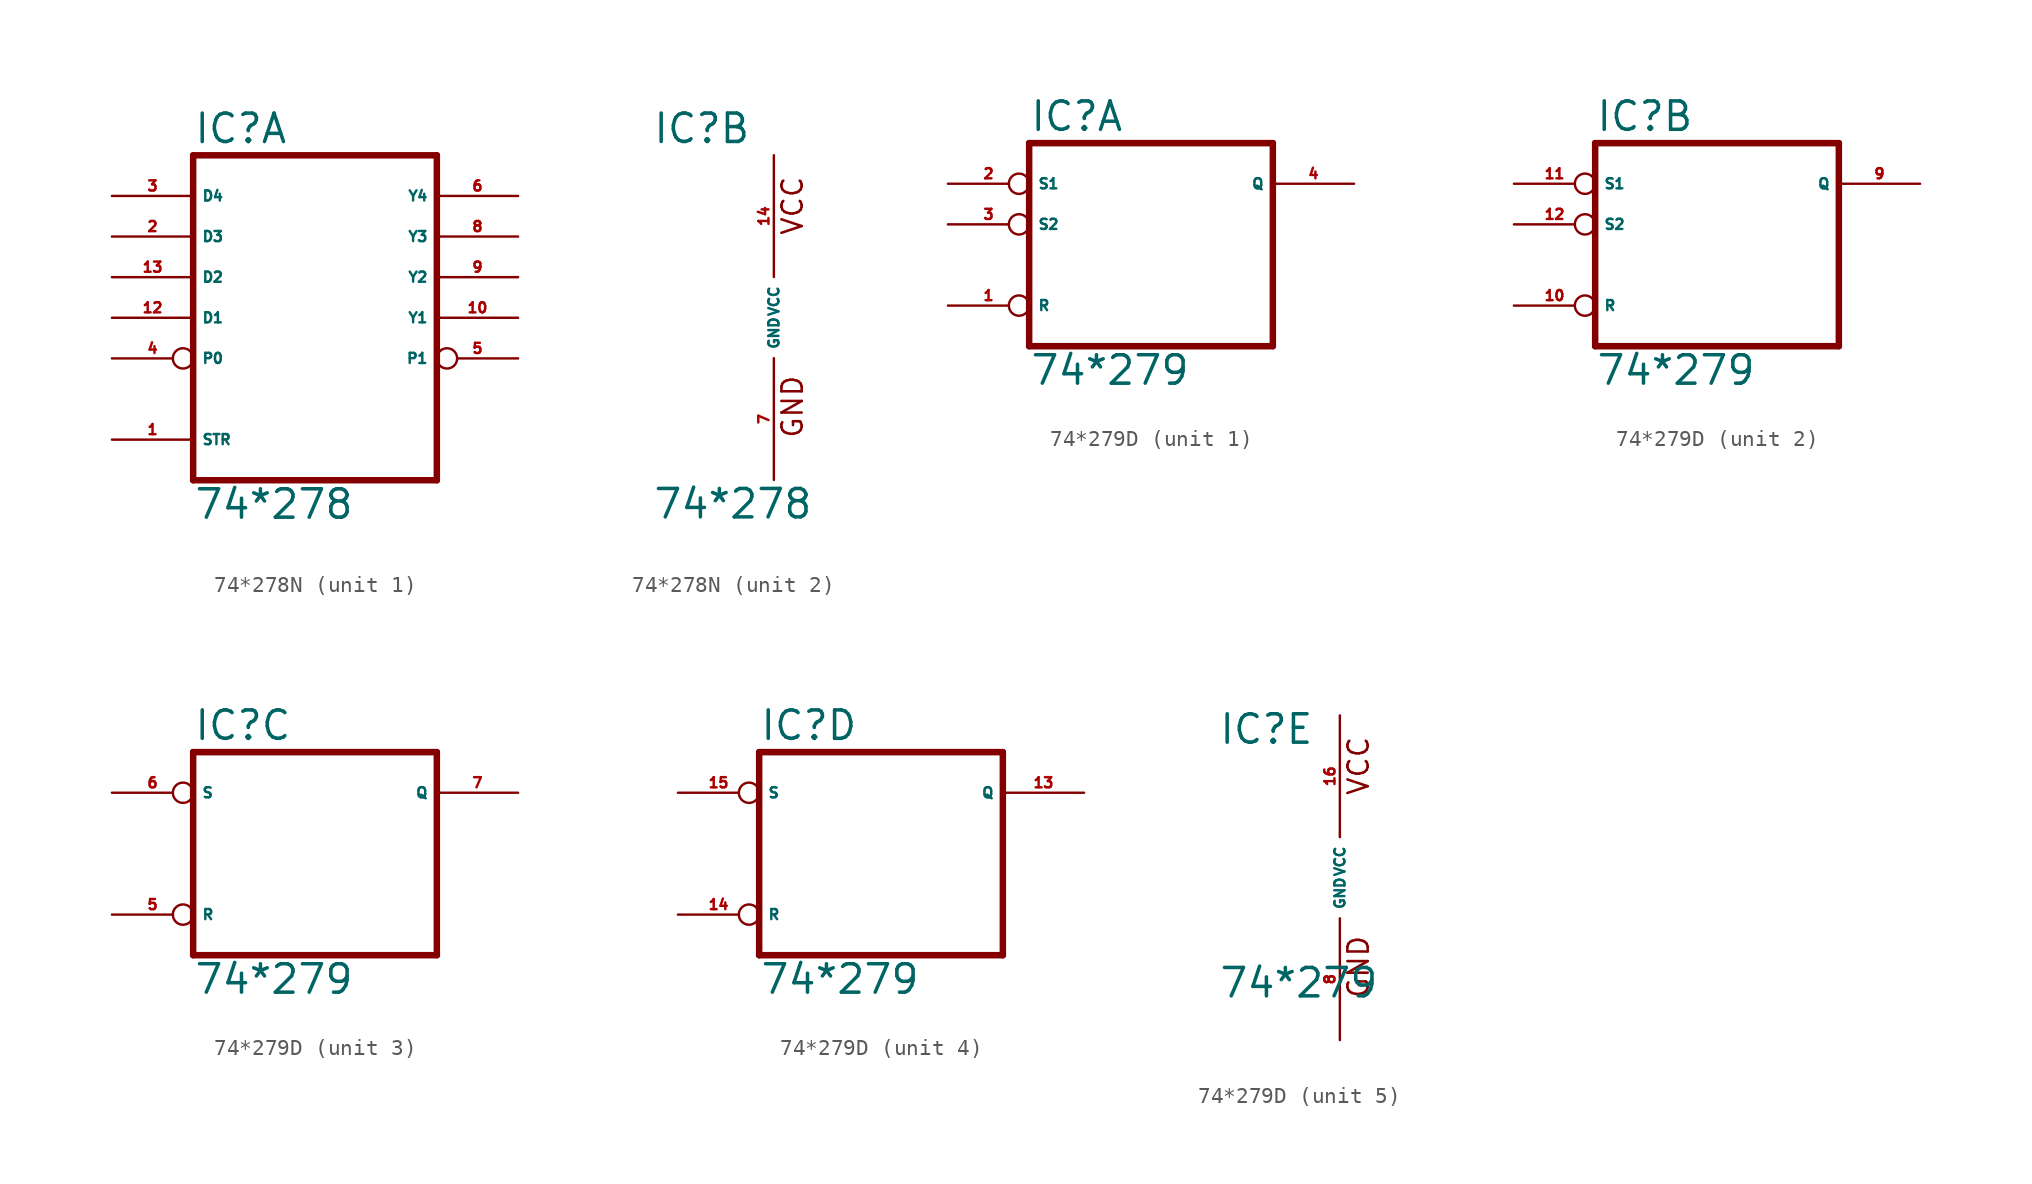
<source format=kicad_sym>
(kicad_symbol_lib
  (version 20220914)
  (generator Eagle2Kicad)
  (symbol "74*278N"
    (property "Reference" "IC"
      (at -7.62 10.795 0)
      (effects (font (size 1.778 1.778) (thickness 0.22)) (justify left bottom)))
    (property "Value" "74*278"
      (at -7.62 -12.7 0)
      (effects (font (size 1.778 1.778) (thickness 0.22)) (justify left bottom)))
    (symbol "74*278N_1_0"
      (polyline (pts (xy -7.62 -10.16) (xy 7.62 -10.16)) (stroke (width 0.406) (type default)) (fill (type none)))
      (polyline (pts (xy 7.62 -10.16) (xy 7.62 10.16)) (stroke (width 0.406) (type default)) (fill (type none)))
      (polyline (pts (xy 7.62 10.16) (xy -7.62 10.16)) (stroke (width 0.406) (type default)) (fill (type none)))
      (polyline (pts (xy -7.62 10.16) (xy -7.62 -10.16)) (stroke (width 0.406) (type default)) (fill (type none)))
      (pin input line (at -12.7 -7.62 0) (length 5.08) (name "STR" (effects (font (size 0.635 0.635) (thickness 0.08)) (justify left bottom))) (number "1" (effects (font (size 0.635 0.635) (thickness 0.08)) (justify left bottom))))
      (pin input line (at -12.7 5.08 0) (length 5.08) (name "D3" (effects (font (size 0.635 0.635) (thickness 0.08)) (justify left bottom))) (number "2" (effects (font (size 0.635 0.635) (thickness 0.08)) (justify left bottom))))
      (pin input line (at -12.7 7.62 0) (length 5.08) (name "D4" (effects (font (size 0.635 0.635) (thickness 0.08)) (justify left bottom))) (number "3" (effects (font (size 0.635 0.635) (thickness 0.08)) (justify left bottom))))
      (pin input inverted (at -12.7 -2.54 0) (length 5.08) (name "P0" (effects (font (size 0.635 0.635) (thickness 0.08)) (justify left bottom))) (number "4" (effects (font (size 0.635 0.635) (thickness 0.08)) (justify left bottom))))
      (pin output inverted (at 12.7 -2.54 180) (length 5.08) (name "P1" (effects (font (size 0.635 0.635) (thickness 0.08)) (justify left bottom))) (number "5" (effects (font (size 0.635 0.635) (thickness 0.08)) (justify left bottom))))
      (pin output line (at 12.7 7.62 180) (length 5.08) (name "Y4" (effects (font (size 0.635 0.635) (thickness 0.08)) (justify left bottom))) (number "6" (effects (font (size 0.635 0.635) (thickness 0.08)) (justify left bottom))))
      (pin output line (at 12.7 5.08 180) (length 5.08) (name "Y3" (effects (font (size 0.635 0.635) (thickness 0.08)) (justify left bottom))) (number "8" (effects (font (size 0.635 0.635) (thickness 0.08)) (justify left bottom))))
      (pin output line (at 12.7 2.54 180) (length 5.08) (name "Y2" (effects (font (size 0.635 0.635) (thickness 0.08)) (justify left bottom))) (number "9" (effects (font (size 0.635 0.635) (thickness 0.08)) (justify left bottom))))
      (pin output line (at 12.7 0 180) (length 5.08) (name "Y1" (effects (font (size 0.635 0.635) (thickness 0.08)) (justify left bottom))) (number "10" (effects (font (size 0.635 0.635) (thickness 0.08)) (justify left bottom))))
      (pin input line (at -12.7 0 0) (length 5.08) (name "D1" (effects (font (size 0.635 0.635) (thickness 0.08)) (justify left bottom))) (number "12" (effects (font (size 0.635 0.635) (thickness 0.08)) (justify left bottom))))
      (pin input line (at -12.7 2.54 0) (length 5.08) (name "D2" (effects (font (size 0.635 0.635) (thickness 0.08)) (justify left bottom))) (number "13" (effects (font (size 0.635 0.635) (thickness 0.08)) (justify left bottom)))))
    (symbol "74*278N_2_0"
      (text "GND" (at 1.905 -7.62 900) (effects (font (size 1.27 1.27) (thickness 0.16)) (justify left bottom)))
      (text "VCC" (at 1.905 5.08 900) (effects (font (size 1.27 1.27) (thickness 0.16)) (justify left bottom)))
      (pin unspecified line (at 0 -10.16 90) (length 7.62) (name "GND" (effects (font (size 0.635 0.635) (thickness 0.08)) (justify left bottom))) (number "7" (effects (font (size 0.635 0.635) (thickness 0.08)) (justify left bottom))))
      (pin unspecified line (at 0 10.16 270) (length 7.62) (name "VCC" (effects (font (size 0.635 0.635) (thickness 0.08)) (justify left bottom))) (number "14" (effects (font (size 0.635 0.635) (thickness 0.08)) (justify left bottom))))))
  (symbol "74*279D"
    (property "Reference" "IC"
      (at -7.62 8.255 0)
      (effects (font (size 1.778 1.778) (thickness 0.22)) (justify left bottom)))
    (property "Value" "74*279"
      (at -7.62 -7.62 0)
      (effects (font (size 1.778 1.778) (thickness 0.22)) (justify left bottom)))
    (symbol "74*279D_1_0"
      (polyline (pts (xy -7.62 7.62) (xy -7.62 -5.08)) (stroke (width 0.406) (type default)) (fill (type none)))
      (polyline (pts (xy -7.62 -5.08) (xy 7.62 -5.08)) (stroke (width 0.406) (type default)) (fill (type none)))
      (polyline (pts (xy 7.62 -5.08) (xy 7.62 7.62)) (stroke (width 0.406) (type default)) (fill (type none)))
      (polyline (pts (xy 7.62 7.62) (xy -7.62 7.62)) (stroke (width 0.406) (type default)) (fill (type none)))
      (pin input inverted (at -12.7 -2.54 0) (length 5.08) (name "R" (effects (font (size 0.635 0.635) (thickness 0.08)) (justify left bottom))) (number "1" (effects (font (size 0.635 0.635) (thickness 0.08)) (justify left bottom))))
      (pin input inverted (at -12.7 5.08 0) (length 5.08) (name "S1" (effects (font (size 0.635 0.635) (thickness 0.08)) (justify left bottom))) (number "2" (effects (font (size 0.635 0.635) (thickness 0.08)) (justify left bottom))))
      (pin input inverted (at -12.7 2.54 0) (length 5.08) (name "S2" (effects (font (size 0.635 0.635) (thickness 0.08)) (justify left bottom))) (number "3" (effects (font (size 0.635 0.635) (thickness 0.08)) (justify left bottom))))
      (pin output line (at 12.7 5.08 180) (length 5.08) (name "Q" (effects (font (size 0.635 0.635) (thickness 0.08)) (justify left bottom))) (number "4" (effects (font (size 0.635 0.635) (thickness 0.08)) (justify left bottom)))))
    (symbol "74*279D_2_0"
      (polyline (pts (xy -7.62 7.62) (xy -7.62 -5.08)) (stroke (width 0.406) (type default)) (fill (type none)))
      (polyline (pts (xy -7.62 -5.08) (xy 7.62 -5.08)) (stroke (width 0.406) (type default)) (fill (type none)))
      (polyline (pts (xy 7.62 -5.08) (xy 7.62 7.62)) (stroke (width 0.406) (type default)) (fill (type none)))
      (polyline (pts (xy 7.62 7.62) (xy -7.62 7.62)) (stroke (width 0.406) (type default)) (fill (type none)))
      (pin input inverted (at -12.7 -2.54 0) (length 5.08) (name "R" (effects (font (size 0.635 0.635) (thickness 0.08)) (justify left bottom))) (number "10" (effects (font (size 0.635 0.635) (thickness 0.08)) (justify left bottom))))
      (pin input inverted (at -12.7 5.08 0) (length 5.08) (name "S1" (effects (font (size 0.635 0.635) (thickness 0.08)) (justify left bottom))) (number "11" (effects (font (size 0.635 0.635) (thickness 0.08)) (justify left bottom))))
      (pin input inverted (at -12.7 2.54 0) (length 5.08) (name "S2" (effects (font (size 0.635 0.635) (thickness 0.08)) (justify left bottom))) (number "12" (effects (font (size 0.635 0.635) (thickness 0.08)) (justify left bottom))))
      (pin output line (at 12.7 5.08 180) (length 5.08) (name "Q" (effects (font (size 0.635 0.635) (thickness 0.08)) (justify left bottom))) (number "9" (effects (font (size 0.635 0.635) (thickness 0.08)) (justify left bottom)))))
    (symbol "74*279D_3_0"
      (polyline (pts (xy -7.62 7.62) (xy -7.62 -5.08)) (stroke (width 0.406) (type default)) (fill (type none)))
      (polyline (pts (xy -7.62 -5.08) (xy 7.62 -5.08)) (stroke (width 0.406) (type default)) (fill (type none)))
      (polyline (pts (xy 7.62 -5.08) (xy 7.62 7.62)) (stroke (width 0.406) (type default)) (fill (type none)))
      (polyline (pts (xy 7.62 7.62) (xy -7.62 7.62)) (stroke (width 0.406) (type default)) (fill (type none)))
      (pin input inverted (at -12.7 -2.54 0) (length 5.08) (name "R" (effects (font (size 0.635 0.635) (thickness 0.08)) (justify left bottom))) (number "5" (effects (font (size 0.635 0.635) (thickness 0.08)) (justify left bottom))))
      (pin input inverted (at -12.7 5.08 0) (length 5.08) (name "S" (effects (font (size 0.635 0.635) (thickness 0.08)) (justify left bottom))) (number "6" (effects (font (size 0.635 0.635) (thickness 0.08)) (justify left bottom))))
      (pin output line (at 12.7 5.08 180) (length 5.08) (name "Q" (effects (font (size 0.635 0.635) (thickness 0.08)) (justify left bottom))) (number "7" (effects (font (size 0.635 0.635) (thickness 0.08)) (justify left bottom)))))
    (symbol "74*279D_4_0"
      (polyline (pts (xy -7.62 7.62) (xy -7.62 -5.08)) (stroke (width 0.406) (type default)) (fill (type none)))
      (polyline (pts (xy -7.62 -5.08) (xy 7.62 -5.08)) (stroke (width 0.406) (type default)) (fill (type none)))
      (polyline (pts (xy 7.62 -5.08) (xy 7.62 7.62)) (stroke (width 0.406) (type default)) (fill (type none)))
      (polyline (pts (xy 7.62 7.62) (xy -7.62 7.62)) (stroke (width 0.406) (type default)) (fill (type none)))
      (pin input inverted (at -12.7 -2.54 0) (length 5.08) (name "R" (effects (font (size 0.635 0.635) (thickness 0.08)) (justify left bottom))) (number "14" (effects (font (size 0.635 0.635) (thickness 0.08)) (justify left bottom))))
      (pin input inverted (at -12.7 5.08 0) (length 5.08) (name "S" (effects (font (size 0.635 0.635) (thickness 0.08)) (justify left bottom))) (number "15" (effects (font (size 0.635 0.635) (thickness 0.08)) (justify left bottom))))
      (pin output line (at 12.7 5.08 180) (length 5.08) (name "Q" (effects (font (size 0.635 0.635) (thickness 0.08)) (justify left bottom))) (number "13" (effects (font (size 0.635 0.635) (thickness 0.08)) (justify left bottom)))))
    (symbol "74*279D_5_0"
      (text "GND" (at 1.905 -7.62 900) (effects (font (size 1.27 1.27) (thickness 0.16)) (justify left bottom)))
      (text "VCC" (at 1.905 5.08 900) (effects (font (size 1.27 1.27) (thickness 0.16)) (justify left bottom)))
      (pin unspecified line (at 0 -10.16 90) (length 7.62) (name "GND" (effects (font (size 0.635 0.635) (thickness 0.08)) (justify left bottom))) (number "8" (effects (font (size 0.635 0.635) (thickness 0.08)) (justify left bottom))))
      (pin unspecified line (at 0 10.16 270) (length 7.62) (name "VCC" (effects (font (size 0.635 0.635) (thickness 0.08)) (justify left bottom))) (number "16" (effects (font (size 0.635 0.635) (thickness 0.08)) (justify left bottom)))))))
</source>
